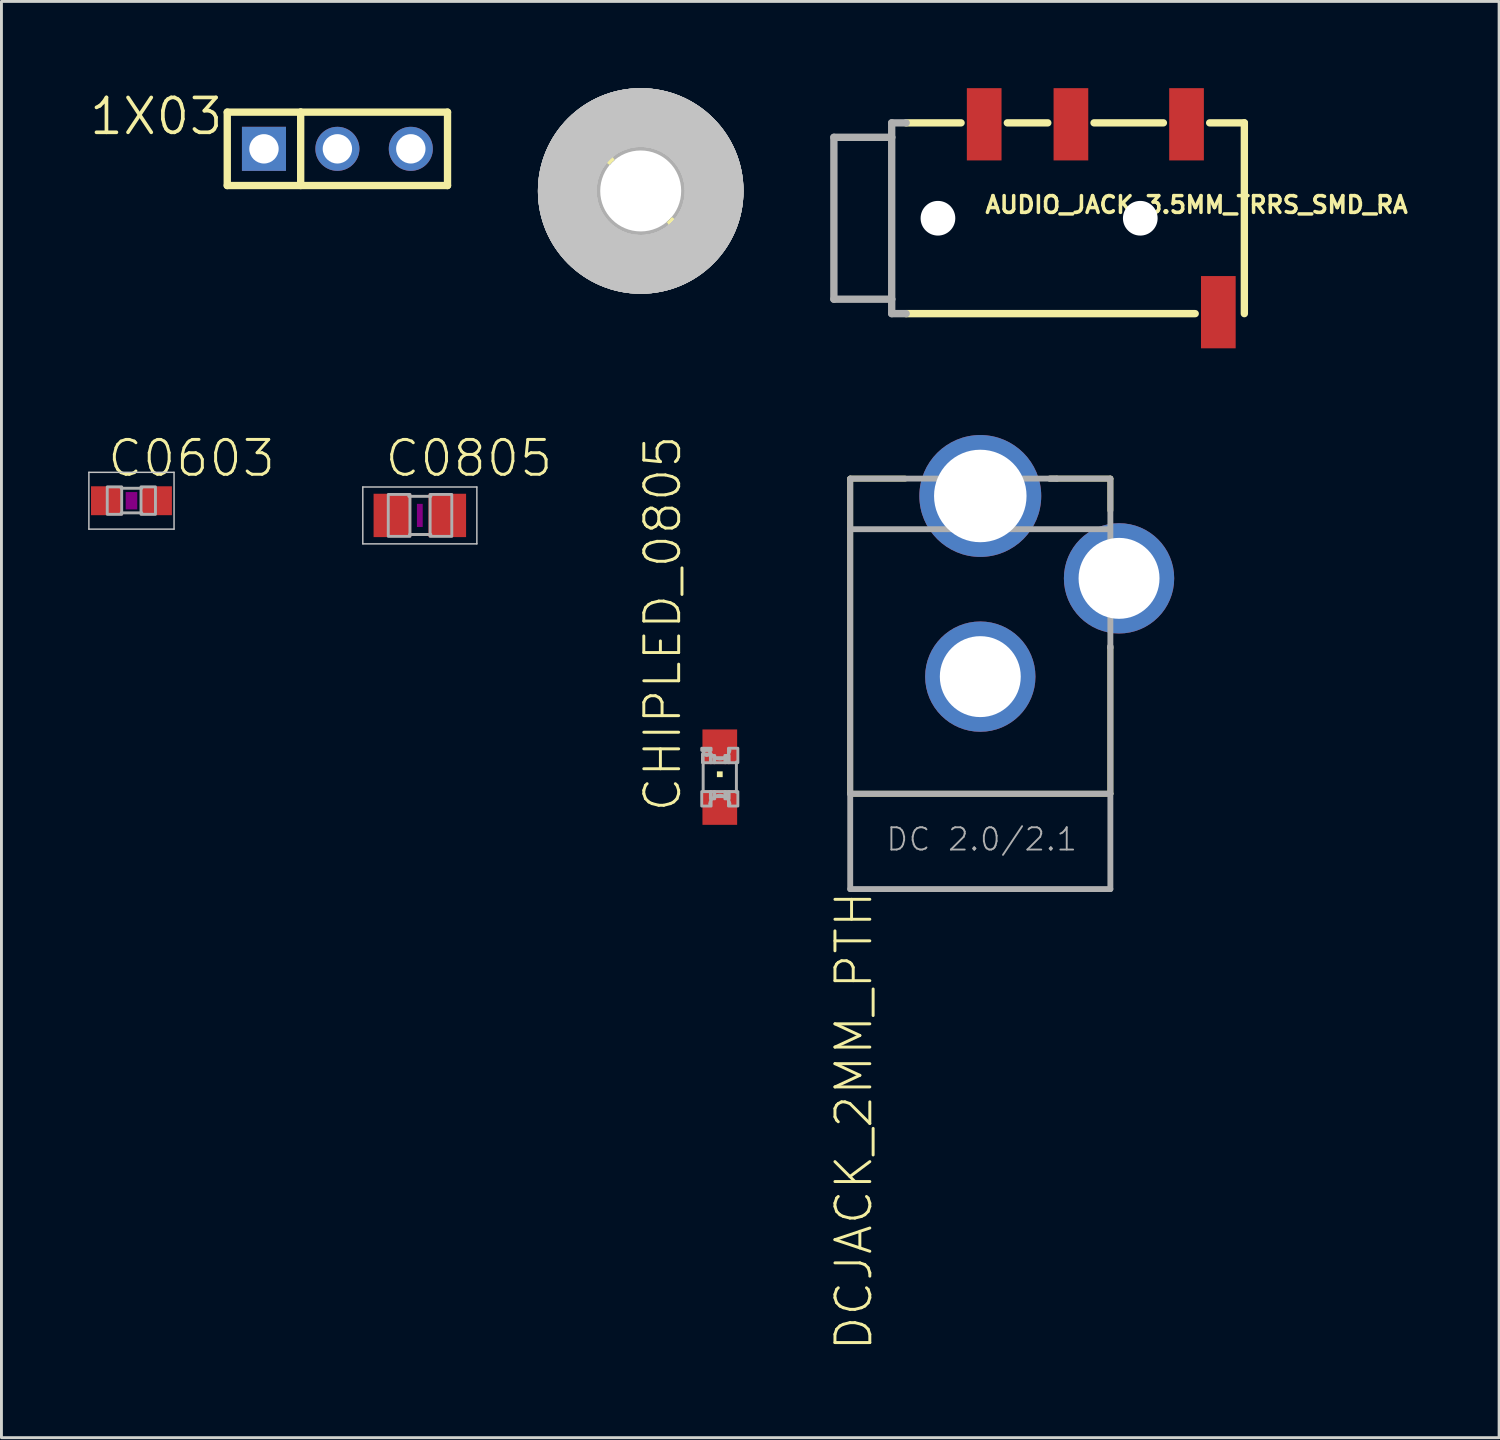
<source format=kicad_pcb>
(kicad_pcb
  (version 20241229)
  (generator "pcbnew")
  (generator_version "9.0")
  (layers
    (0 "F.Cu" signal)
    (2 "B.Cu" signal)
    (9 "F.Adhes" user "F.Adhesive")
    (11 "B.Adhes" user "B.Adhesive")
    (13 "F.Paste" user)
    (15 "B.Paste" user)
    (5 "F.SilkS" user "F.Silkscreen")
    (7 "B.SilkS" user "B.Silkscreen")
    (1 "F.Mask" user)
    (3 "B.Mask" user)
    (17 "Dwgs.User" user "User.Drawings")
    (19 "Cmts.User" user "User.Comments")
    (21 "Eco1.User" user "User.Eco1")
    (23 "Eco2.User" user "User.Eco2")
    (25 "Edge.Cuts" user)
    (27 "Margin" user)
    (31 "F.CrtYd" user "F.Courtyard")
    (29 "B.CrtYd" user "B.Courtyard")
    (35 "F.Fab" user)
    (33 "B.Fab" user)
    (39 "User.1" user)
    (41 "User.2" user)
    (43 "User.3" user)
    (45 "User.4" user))
  (footprint "DCJACK_2MM_PTH"
    (layer "F.Cu")
    (at 30.863 27.708)
    (property "Reference" "DCJACK_2MM_PTH" (at -5.08 0 90) (layer "F.SilkS") (effects (font (size 1.206 1.206) (thickness 0.102)) (justify right top)))
    (attr through_hole)
    (fp_line (start -4.5 -14.2) (end -2.6 -14.2) (stroke (width 0.203) (type solid)) (layer "F.SilkS"))
    (fp_line (start -4.5 -3.3) (end -4.5 -14.2) (stroke (width 0.203) (type solid)) (layer "F.SilkS"))
    (fp_line (start -4.5 -3.3) (end 4.5 -3.3) (stroke (width 0.203) (type solid)) (layer "F.SilkS"))
    (fp_line (start 4.5 -14.2) (end 2.4 -14.2) (stroke (width 0.203) (type solid)) (layer "F.SilkS"))
    (fp_line (start 4.5 -14.2) (end 4.5 -13.1) (stroke (width 0.203) (type solid)) (layer "F.SilkS"))
    (fp_line (start 4.5 -3.3) (end 4.5 -8.4) (stroke (width 0.203) (type solid)) (layer "F.SilkS"))
    (fp_line (start -4.5 -14.2) (end 2.65 -14.2) (stroke (width 0.203) (type solid)) (layer "F.Fab"))
    (fp_line (start -4.5 -12.45) (end -4.5 -14.2) (stroke (width 0.203) (type solid)) (layer "F.Fab"))
    (fp_line (start -4.5 -12.45) (end 4.4 -12.45) (stroke (width 0.203) (type solid)) (layer "F.Fab"))
    (fp_line (start -4.5 -3.3) (end -4.5 -12.45) (stroke (width 0.203) (type solid)) (layer "F.Fab"))
    (fp_line (start -4.5 -3.3) (end -4.5 0) (stroke (width 0.203) (type solid)) (layer "F.Fab"))
    (fp_line (start -4.5 -3.3) (end 4.5 -3.3) (stroke (width 0.203) (type solid)) (layer "F.Fab"))
    (fp_line (start 2.65 -14.2) (end 2.4 -14.2) (stroke (width 0.203) (type solid)) (layer "F.Fab"))
    (fp_line (start 4.5 -14.2) (end 2.65 -14.2) (stroke (width 0.203) (type solid)) (layer "F.Fab"))
    (fp_line (start 4.5 -14.2) (end 4.5 -8.35) (stroke (width 0.203) (type solid)) (layer "F.Fab"))
    (fp_line (start 4.5 -8.35) (end 4.5 -8.4) (stroke (width 0.203) (type solid)) (layer "F.Fab"))
    (fp_line (start 4.5 -3.3) (end 4.5 -8.35) (stroke (width 0.203) (type solid)) (layer "F.Fab"))
    (fp_line (start 4.5 0) (end -4.5 0) (stroke (width 0.203) (type solid)) (layer "F.Fab"))
    (fp_line (start 4.5 0) (end 4.5 -3.3) (stroke (width 0.203) (type solid)) (layer "F.Fab"))
    (fp_text user "DC 2.0/2.1" (at -3.302 -1.27 0) (layer "F.Fab") (effects (font (size 0.772 0.772) (thickness 0.065)) (justify left bottom)))
    (pad "GND" thru_hole circle (at 0 -7.35) (size 3.816 3.816) (drill 2.8) (layers "*.Cu" "*.Mask"))
    (pad "GNDBREAK" thru_hole circle (at 4.8 -10.75 90) (size 3.816 3.816) (drill 2.8) (layers "*.Cu" "*.Mask"))
    (pad "PWR" thru_hole circle (at 0 -13.6) (size 4.216 4.216) (drill 3.2) (layers "*.Cu" "*.Mask")))
  (footprint "CHIPLED_0805"
    (layer "F.Cu")
    (at 21.851 23.835)
    (property "Reference" "CHIPLED_0805" (at -1.27 1.27 90) (layer "F.SilkS") (effects (font (size 1.206 1.206) (thickness 0.102)) (justify left bottom)))
    (attr through_hole)
    (fp_poly (pts (xy -0.1 0) (xy 0.1 0) (xy 0.1 -0.2) (xy -0.1 -0.2)) (stroke (width 0) (type solid)) (fill yes) (layer "F.SilkS"))
    (fp_line (start -0.575 0.5) (end -0.575 -0.925) (stroke (width 0.102) (type solid)) (layer "F.Fab"))
    (fp_line (start 0.575 -0.525) (end 0.575 0.525) (stroke (width 0.102) (type solid)) (layer "F.Fab"))
    (fp_arc (start -0.35 0.925) (mid -0.000001 0.625027) (end 0.35 0.924998) (stroke (width 0.1016) (type solid)) (layer "F.Fab"))
    (fp_arc (start 0.35 -0.924998) (mid -0.000001 -0.625027) (end -0.35 -0.925) (stroke (width 0.1016) (type solid)) (layer "F.Fab"))
    (fp_circle (center -0.45 -0.85) (end -0.347 -0.85) (stroke (width 0.102) (type solid)) (fill no) (layer "F.Fab"))
    (fp_poly (pts (xy -0.625 -0.925) (xy -0.3 -0.925) (xy -0.3 -1) (xy -0.625 -1)) (stroke (width 0.1) (type solid)) (fill no) (layer "F.Fab"))
    (fp_poly (pts (xy -0.625 1) (xy -0.3 1) (xy -0.3 0.5) (xy -0.625 0.5)) (stroke (width 0.1) (type solid)) (fill no) (layer "F.Fab"))
    (fp_poly (pts (xy -0.6 -0.5) (xy -0.3 -0.5) (xy -0.3 -0.8) (xy -0.6 -0.8)) (stroke (width 0.1) (type solid)) (fill no) (layer "F.Fab"))
    (fp_poly (pts (xy -0.325 -0.5) (xy -0.175 -0.5) (xy -0.175 -0.75) (xy -0.325 -0.75)) (stroke (width 0.1) (type solid)) (fill no) (layer "F.Fab"))
    (fp_poly (pts (xy -0.325 0.75) (xy -0.175 0.75) (xy -0.175 0.5) (xy -0.325 0.5)) (stroke (width 0.1) (type solid)) (fill no) (layer "F.Fab"))
    (fp_poly (pts (xy -0.2 -0.5) (xy 0.2 -0.5) (xy 0.2 -0.675) (xy -0.2 -0.675)) (stroke (width 0.1) (type solid)) (fill no) (layer "F.Fab"))
    (fp_poly (pts (xy -0.2 0.675) (xy 0.2 0.675) (xy 0.2 0.5) (xy -0.2 0.5)) (stroke (width 0.1) (type solid)) (fill no) (layer "F.Fab"))
    (fp_poly (pts (xy 0.175 -0.5) (xy 0.325 -0.5) (xy 0.325 -0.75) (xy 0.175 -0.75)) (stroke (width 0.1) (type solid)) (fill no) (layer "F.Fab"))
    (fp_poly (pts (xy 0.175 0.75) (xy 0.325 0.75) (xy 0.325 0.5) (xy 0.175 0.5)) (stroke (width 0.1) (type solid)) (fill no) (layer "F.Fab"))
    (fp_poly (pts (xy 0.3 -0.5) (xy 0.625 -0.5) (xy 0.625 -1) (xy 0.3 -1)) (stroke (width 0.1) (type solid)) (fill no) (layer "F.Fab"))
    (fp_poly (pts (xy 0.3 1) (xy 0.625 1) (xy 0.625 0.5) (xy 0.3 0.5)) (stroke (width 0.1) (type solid)) (fill no) (layer "F.Fab"))
    (pad "A" smd rect (at 0 1.05) (size 1.2 1.2) (layers "F.Cu" "F.Mask" "F.Paste"))
    (pad "C" smd rect (at 0 -1.05) (size 1.2 1.2) (layers "F.Cu" "F.Mask" "F.Paste")))
  (footprint "C0603"
    (layer "F.Cu")
    (at 1.498 14.273)
    (property "Reference" "C0603" (at -0.889 -0.762 0) (layer "F.SilkS") (effects (font (size 1.206 1.206) (thickness 0.102)) (justify left bottom)))
    (attr through_hole)
    (fp_poly (pts (xy -0.2 0.3) (xy 0.2 0.3) (xy 0.2 -0.3) (xy -0.2 -0.3)) (stroke (width 0) (type solid)) (fill yes) (layer "F.Adhes"))
    (fp_line (start -1.473 -0.983) (end 1.473 -0.983) (stroke (width 0.051) (type solid)) (layer "Dwgs.User"))
    (fp_line (start -1.473 0.983) (end -1.473 -0.983) (stroke (width 0.051) (type solid)) (layer "Dwgs.User"))
    (fp_line (start 1.473 -0.983) (end 1.473 0.983) (stroke (width 0.051) (type solid)) (layer "Dwgs.User"))
    (fp_line (start 1.473 0.983) (end -1.473 0.983) (stroke (width 0.051) (type solid)) (layer "Dwgs.User"))
    (fp_line (start -0.356 -0.432) (end 0.356 -0.432) (stroke (width 0.102) (type solid)) (layer "F.Fab"))
    (fp_line (start -0.356 0.419) (end 0.356 0.419) (stroke (width 0.102) (type solid)) (layer "F.Fab"))
    (fp_poly (pts (xy -0.838 0.47) (xy -0.338 0.47) (xy -0.338 -0.48) (xy -0.838 -0.48)) (stroke (width 0.1) (type solid)) (fill no) (layer "F.Fab"))
    (fp_poly (pts (xy 0.33 0.47) (xy 0.83 0.47) (xy 0.83 -0.48) (xy 0.33 -0.48)) (stroke (width 0.1) (type solid)) (fill no) (layer "F.Fab"))
    (pad "1" smd rect (at -0.85 0) (size 1.1 1) (layers "F.Cu" "F.Mask" "F.Paste"))
    (pad "2" smd rect (at 0.85 0) (size 1.1 1) (layers "F.Cu" "F.Mask" "F.Paste")))
  (footprint "1X03"
    (layer "F.Cu")
    (at 8.622 2.099)
    (property "Reference" "1X03" (at -3.886 -1.829 0) (layer "F.SilkS") (effects (font (size 1.206 1.206) (thickness 0.127)) (justify right top)))
    (attr through_hole)
    (fp_line (start -3.81 -1.27) (end -3.81 1.27) (stroke (width 0.254) (type solid)) (layer "F.SilkS"))
    (fp_line (start -3.81 -1.27) (end -1.27 -1.27) (stroke (width 0.254) (type solid)) (layer "F.SilkS"))
    (fp_line (start -1.27 -1.27) (end -1.27 1.27) (stroke (width 0.254) (type solid)) (layer "F.SilkS"))
    (fp_line (start -1.27 -1.27) (end 3.81 -1.27) (stroke (width 0.254) (type solid)) (layer "F.SilkS"))
    (fp_line (start 3.81 -1.27) (end 3.81 1.27) (stroke (width 0.254) (type solid)) (layer "F.SilkS"))
    (fp_line (start 3.81 1.27) (end -3.81 1.27) (stroke (width 0.254) (type solid)) (layer "F.SilkS"))
    (fp_poly (pts (xy -2.794 0.254) (xy -2.286 0.254) (xy -2.286 -0.254) (xy -2.794 -0.254)) (stroke (width 0.1) (type solid)) (fill no) (layer "F.Fab"))
    (fp_poly (pts (xy -0.254 0.254) (xy 0.254 0.254) (xy 0.254 -0.254) (xy -0.254 -0.254)) (stroke (width 0.1) (type solid)) (fill no) (layer "F.Fab"))
    (fp_poly (pts (xy 2.286 0.254) (xy 2.794 0.254) (xy 2.794 -0.254) (xy 2.286 -0.254)) (stroke (width 0.1) (type solid)) (fill no) (layer "F.Fab"))
    (pad "1" thru_hole rect (at -2.54 0 90) (size 1.524 1.524) (drill 1.016) (layers "*.Cu" "*.Mask"))
    (pad "2" thru_hole circle (at 0 0 90) (size 1.524 1.524) (drill 1.016) (layers "*.Cu" "*.Mask"))
    (pad "3" thru_hole circle (at 2.54 0 90) (size 1.524 1.524) (drill 1.016) (layers "*.Cu" "*.Mask")))
  (footprint "C0805"
    (layer "F.Cu")
    (at 11.474 14.781)
    (property "Reference" "C0805" (at -1.27 -1.27 0) (layer "F.SilkS") (effects (font (size 1.206 1.206) (thickness 0.102)) (justify left bottom)))
    (attr through_hole)
    (fp_poly (pts (xy -0.1 0.4) (xy 0.1 0.4) (xy 0.1 -0.4) (xy -0.1 -0.4)) (stroke (width 0) (type solid)) (fill yes) (layer "F.Adhes"))
    (fp_line (start -1.973 -0.983) (end 1.973 -0.983) (stroke (width 0.051) (type solid)) (layer "Dwgs.User"))
    (fp_line (start -1.973 0.983) (end -1.973 -0.983) (stroke (width 0.051) (type solid)) (layer "Dwgs.User"))
    (fp_line (start 1.973 -0.983) (end 1.973 0.983) (stroke (width 0.051) (type solid)) (layer "Dwgs.User"))
    (fp_line (start 1.973 0.983) (end -1.973 0.983) (stroke (width 0.051) (type solid)) (layer "Dwgs.User"))
    (fp_line (start -0.381 -0.66) (end 0.381 -0.66) (stroke (width 0.102) (type solid)) (layer "F.Fab"))
    (fp_line (start -0.356 0.66) (end 0.381 0.66) (stroke (width 0.102) (type solid)) (layer "F.Fab"))
    (fp_poly (pts (xy -1.092 0.724) (xy -0.342 0.724) (xy -0.342 -0.726) (xy -1.092 -0.726)) (stroke (width 0.1) (type solid)) (fill no) (layer "F.Fab"))
    (fp_poly (pts (xy 0.356 0.724) (xy 1.106 0.724) (xy 1.106 -0.726) (xy 0.356 -0.726)) (stroke (width 0.1) (type solid)) (fill no) (layer "F.Fab"))
    (pad "1" smd rect (at -0.95 0) (size 1.3 1.5) (layers "F.Cu" "F.Mask" "F.Paste"))
    (pad "2" smd rect (at 0.95 0) (size 1.3 1.5) (layers "F.Cu" "F.Mask" "F.Paste")))
  (footprint "AUDIO_JACK_3.5MM_TRRS_SMD_RA"
    (layer "F.Cu")
    (at 27.798 4.5)
    (property "Reference" "AUDIO_JACK_3.5MM_TRRS_SMD_RA" (at 3.175 -0.127 0) (layer "F.SilkS") (effects (font (size 0.579 0.579) (thickness 0.122)) (justify left bottom)))
    (attr through_hole)
    (fp_line (start 0.5 -3.3) (end 2.4 -3.3) (stroke (width 0.254) (type solid)) (layer "F.SilkS"))
    (fp_line (start 0.5 3.3) (end 10.5 3.3) (stroke (width 0.254) (type solid)) (layer "F.SilkS"))
    (fp_line (start 4 -3.3) (end 5.4 -3.3) (stroke (width 0.254) (type solid)) (layer "F.SilkS"))
    (fp_line (start 7 -3.3) (end 9.4 -3.3) (stroke (width 0.254) (type solid)) (layer "F.SilkS"))
    (fp_line (start 12.2 -3.3) (end 11 -3.3) (stroke (width 0.254) (type solid)) (layer "F.SilkS"))
    (fp_line (start 12.2 -3.3) (end 12.2 3.3) (stroke (width 0.254) (type solid)) (layer "F.SilkS"))
    (fp_line (start -2 -2.8) (end -2 2.8) (stroke (width 0.254) (type solid)) (layer "F.Fab"))
    (fp_line (start -2 2.8) (end 0 2.8) (stroke (width 0.254) (type solid)) (layer "F.Fab"))
    (fp_line (start 0 -3.3) (end 0 -2.8) (stroke (width 0.254) (type solid)) (layer "F.Fab"))
    (fp_line (start 0 -2.8) (end -2 -2.8) (stroke (width 0.254) (type solid)) (layer "F.Fab"))
    (fp_line (start 0 -2.8) (end 0 2.8) (stroke (width 0.254) (type solid)) (layer "F.Fab"))
    (fp_line (start 0 2.8) (end 0 3.3) (stroke (width 0.254) (type solid)) (layer "F.Fab"))
    (fp_line (start 0 3.3) (end 0.5 3.3) (stroke (width 0.254) (type solid)) (layer "F.Fab"))
    (fp_line (start 0.5 -3.3) (end 0 -3.3) (stroke (width 0.254) (type solid)) (layer "F.Fab"))
    (pad "" np_thru_hole circle (at 1.6 0) (size 1.2 1.2) (drill 1.2) (layers "*.Cu" "*.Mask"))
    (pad "" np_thru_hole circle (at 8.6 0) (size 1.2 1.2) (drill 1.2) (layers "*.Cu" "*.Mask"))
    (pad "EARTH" smd rect (at 11.3 3.25) (size 1.2 2.5) (layers "F.Cu" "F.Mask" "F.Paste"))
    (pad "RING1" smd rect (at 6.2 -3.25) (size 1.2 2.5) (layers "F.Cu" "F.Mask" "F.Paste"))
    (pad "RING2" smd rect (at 3.2 -3.25 180) (size 1.2 2.5) (layers "F.Cu" "F.Mask" "F.Paste"))
    (pad "TIP" smd rect (at 10.2 -3.25) (size 1.2 2.5) (layers "F.Cu" "F.Mask" "F.Paste")))
  (footprint "2,8"
    (layer "F.Cu")
    (at 19.115 3.556)
    (property "Reference" "2,8" (at 0 0 0) (layer "F.SilkS") (effects (font (size 1.27 1.27) (thickness 0.15))))
    (attr through_hole)
    (fp_circle (center 0 0) (end 1.5 0) (stroke (width 0.203) (type solid)) (fill no) (layer "F.SilkS"))
    (fp_circle (center 0 0) (end 2.921 0) (stroke (width 0.152) (type solid)) (fill no) (layer "F.SilkS"))
    (fp_circle (center 0 0) (end 2.54 0) (stroke (width 2.032) (type solid)) (fill no) (layer "Dwgs.User"))
    (fp_circle (center 0 0) (end 2.54 0) (stroke (width 2.032) (type solid)) (fill no) (layer "Dwgs.User"))
    (fp_circle (center 0 0) (end 2.54 0) (stroke (width 2.032) (type solid)) (fill no) (layer "Dwgs.User"))
    (fp_circle (center 0 0) (end 2.54 0) (stroke (width 2.032) (type solid)) (fill no) (layer "Dwgs.User"))
    (fp_circle (center 0 0) (end 2.54 0) (stroke (width 2.032) (type solid)) (fill no) (layer "Dwgs.User"))
    (fp_arc (start 0 -1.778) (mid 1.257236 -1.257236) (end 1.778 0) (stroke (width 2.286) (type solid)) (layer "F.Fab"))
    (fp_arc (start 0 1.778) (mid -1.257236 1.257236) (end -1.778 0) (stroke (width 2.286) (type solid)) (layer "F.Fab"))
    (fp_circle (center 0 0) (end 0.635 0) (stroke (width 0.457) (type solid)) (fill no) (layer "F.Fab"))
    (pad "" np_thru_hole circle (at 0 0) (size 2.8 2.8) (drill 2.8) (layers "*.Cu" "*.Mask")))
  (gr_rect
    (start -3 -3)
    (end 48.811 46.686)
    (stroke (width 0.1) (type default))
    (fill no)
    (layer "Edge.Cuts")))
</source>
